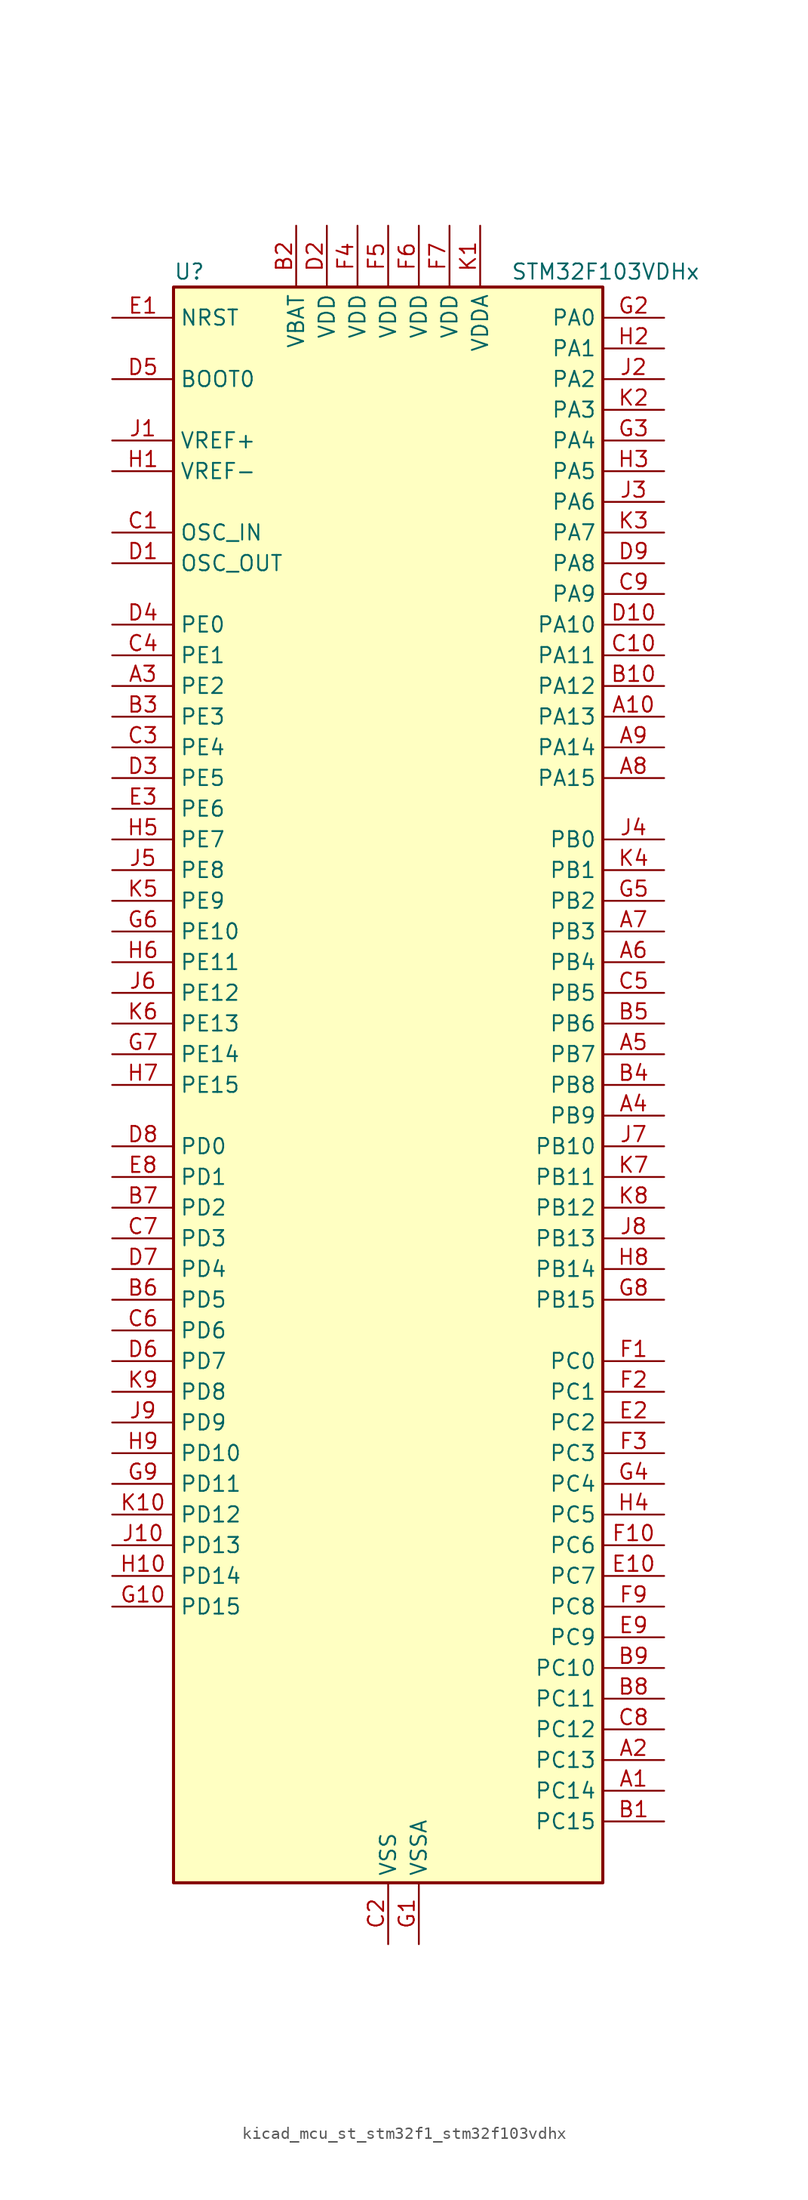
<source format=kicad_sym>
(kicad_symbol_lib
  (version 20220914)
  (generator kicad_symbol_editor)
  (symbol "kicad_mcu_st_stm32f1_stm32f103vdhx"
    (property "Reference" "U"
      (at -17.78 67.31 0)
      (effects (font (size 1.27 1.27)) (justify left)))
    (property "Value" "STM32F103VDHx"
      (at 10.16 67.31 0)
      (effects (font (size 1.27 1.27)) (justify left)))
    (property "ki_locked" ""
      (at 0 0 0)
      (effects (font (size 1.27 1.27))))
    (symbol "kicad_mcu_st_stm32f1_stm32f103vdhx_0_1"
      (rectangle (start -17.78 -66.04) (end 17.78 66.04) (stroke (width 0.254) (type default)) (fill (type background))))
    (symbol "kicad_mcu_st_stm32f1_stm32f103vdhx_1_1"
      (pin bidirectional line (at 22.86 -58.42 180) (length 5.08) (name "PC14" (effects (font (size 1.27 1.27)))) (number "A1" (effects (font (size 1.27 1.27)))) (alternate "RCC_OSC32_IN" bidirectional line))
      (pin bidirectional line (at 22.86 30.48 180) (length 5.08) (name "PA13" (effects (font (size 1.27 1.27)))) (number "A10" (effects (font (size 1.27 1.27)))) (alternate "SYS_JTMS-SWDIO" bidirectional line))
      (pin bidirectional line (at 22.86 -55.88 180) (length 5.08) (name "PC13" (effects (font (size 1.27 1.27)))) (number "A2" (effects (font (size 1.27 1.27)))) (alternate "RTC_OUT" bidirectional line) (alternate "RTC_TAMPER" bidirectional line))
      (pin bidirectional line (at -22.86 33.02 0) (length 5.08) (name "PE2" (effects (font (size 1.27 1.27)))) (number "A3" (effects (font (size 1.27 1.27)))) (alternate "FSMC_A23" bidirectional line) (alternate "SYS_TRACECLK" bidirectional line))
      (pin bidirectional line (at 22.86 -2.54 180) (length 5.08) (name "PB9" (effects (font (size 1.27 1.27)))) (number "A4" (effects (font (size 1.27 1.27)))) (alternate "CAN_TX" bidirectional line) (alternate "DAC_EXTI9" bidirectional line) (alternate "I2C1_SDA" bidirectional line) (alternate "SDIO_D5" bidirectional line) (alternate "TIM4_CH4" bidirectional line))
      (pin bidirectional line (at 22.86 2.54 180) (length 5.08) (name "PB7" (effects (font (size 1.27 1.27)))) (number "A5" (effects (font (size 1.27 1.27)))) (alternate "FSMC_NL" bidirectional line) (alternate "I2C1_SDA" bidirectional line) (alternate "TIM4_CH2" bidirectional line) (alternate "USART1_RX" bidirectional line))
      (pin bidirectional line (at 22.86 10.16 180) (length 5.08) (name "PB4" (effects (font (size 1.27 1.27)))) (number "A6" (effects (font (size 1.27 1.27)))) (alternate "SPI1_MISO" bidirectional line) (alternate "SPI3_MISO" bidirectional line) (alternate "SYS_NJTRST" bidirectional line) (alternate "TIM3_CH1" bidirectional line))
      (pin bidirectional line (at 22.86 12.7 180) (length 5.08) (name "PB3" (effects (font (size 1.27 1.27)))) (number "A7" (effects (font (size 1.27 1.27)))) (alternate "I2S3_CK" bidirectional line) (alternate "SPI1_SCK" bidirectional line) (alternate "SPI3_SCK" bidirectional line) (alternate "SYS_JTDO-TRACESWO" bidirectional line) (alternate "TIM2_CH2" bidirectional line))
      (pin bidirectional line (at 22.86 25.4 180) (length 5.08) (name "PA15" (effects (font (size 1.27 1.27)))) (number "A8" (effects (font (size 1.27 1.27)))) (alternate "ADC1_EXTI15" bidirectional line) (alternate "ADC2_EXTI15" bidirectional line) (alternate "I2S3_WS" bidirectional line) (alternate "SPI1_NSS" bidirectional line) (alternate "SPI3_NSS" bidirectional line) (alternate "SYS_JTDI" bidirectional line) (alternate "TIM2_CH1" bidirectional line) (alternate "TIM2_ETR" bidirectional line))
      (pin bidirectional line (at 22.86 27.94 180) (length 5.08) (name "PA14" (effects (font (size 1.27 1.27)))) (number "A9" (effects (font (size 1.27 1.27)))) (alternate "SYS_JTCK-SWCLK" bidirectional line))
      (pin bidirectional line (at 22.86 -60.96 180) (length 5.08) (name "PC15" (effects (font (size 1.27 1.27)))) (number "B1" (effects (font (size 1.27 1.27)))) (alternate "ADC1_EXTI15" bidirectional line) (alternate "ADC2_EXTI15" bidirectional line) (alternate "RCC_OSC32_OUT" bidirectional line))
      (pin bidirectional line (at 22.86 33.02 180) (length 5.08) (name "PA12" (effects (font (size 1.27 1.27)))) (number "B10" (effects (font (size 1.27 1.27)))) (alternate "CAN_TX" bidirectional line) (alternate "TIM1_ETR" bidirectional line) (alternate "USART1_RTS" bidirectional line) (alternate "USB_DP" bidirectional line))
      (pin power_in line (at -7.62 71.12 270) (length 5.08) (name "VBAT" (effects (font (size 1.27 1.27)))) (number "B2" (effects (font (size 1.27 1.27)))))
      (pin bidirectional line (at -22.86 30.48 0) (length 5.08) (name "PE3" (effects (font (size 1.27 1.27)))) (number "B3" (effects (font (size 1.27 1.27)))) (alternate "FSMC_A19" bidirectional line) (alternate "SYS_TRACED0" bidirectional line))
      (pin bidirectional line (at 22.86 0 180) (length 5.08) (name "PB8" (effects (font (size 1.27 1.27)))) (number "B4" (effects (font (size 1.27 1.27)))) (alternate "CAN_RX" bidirectional line) (alternate "I2C1_SCL" bidirectional line) (alternate "SDIO_D4" bidirectional line) (alternate "TIM4_CH3" bidirectional line))
      (pin bidirectional line (at 22.86 5.08 180) (length 5.08) (name "PB6" (effects (font (size 1.27 1.27)))) (number "B5" (effects (font (size 1.27 1.27)))) (alternate "I2C1_SCL" bidirectional line) (alternate "TIM4_CH1" bidirectional line) (alternate "USART1_TX" bidirectional line))
      (pin bidirectional line (at -22.86 -17.78 0) (length 5.08) (name "PD5" (effects (font (size 1.27 1.27)))) (number "B6" (effects (font (size 1.27 1.27)))) (alternate "FSMC_NWE" bidirectional line) (alternate "USART2_TX" bidirectional line))
      (pin bidirectional line (at -22.86 -10.16 0) (length 5.08) (name "PD2" (effects (font (size 1.27 1.27)))) (number "B7" (effects (font (size 1.27 1.27)))) (alternate "SDIO_CMD" bidirectional line) (alternate "TIM3_ETR" bidirectional line) (alternate "UART5_RX" bidirectional line))
      (pin bidirectional line (at 22.86 -50.8 180) (length 5.08) (name "PC11" (effects (font (size 1.27 1.27)))) (number "B8" (effects (font (size 1.27 1.27)))) (alternate "ADC1_EXTI11" bidirectional line) (alternate "ADC2_EXTI11" bidirectional line) (alternate "SDIO_D3" bidirectional line) (alternate "UART4_RX" bidirectional line) (alternate "USART3_RX" bidirectional line))
      (pin bidirectional line (at 22.86 -48.26 180) (length 5.08) (name "PC10" (effects (font (size 1.27 1.27)))) (number "B9" (effects (font (size 1.27 1.27)))) (alternate "SDIO_D2" bidirectional line) (alternate "UART4_TX" bidirectional line) (alternate "USART3_TX" bidirectional line))
      (pin input line (at -22.86 45.72 0) (length 5.08) (name "OSC_IN" (effects (font (size 1.27 1.27)))) (number "C1" (effects (font (size 1.27 1.27)))) (alternate "RCC_OSC_IN" bidirectional line))
      (pin bidirectional line (at 22.86 35.56 180) (length 5.08) (name "PA11" (effects (font (size 1.27 1.27)))) (number "C10" (effects (font (size 1.27 1.27)))) (alternate "ADC1_EXTI11" bidirectional line) (alternate "ADC2_EXTI11" bidirectional line) (alternate "CAN_RX" bidirectional line) (alternate "TIM1_CH4" bidirectional line) (alternate "USART1_CTS" bidirectional line) (alternate "USB_DM" bidirectional line))
      (pin power_in line (at 0 -71.12 90) (length 5.08) (name "VSS" (effects (font (size 1.27 1.27)))) (number "C2" (effects (font (size 1.27 1.27)))))
      (pin bidirectional line (at -22.86 27.94 0) (length 5.08) (name "PE4" (effects (font (size 1.27 1.27)))) (number "C3" (effects (font (size 1.27 1.27)))) (alternate "FSMC_A20" bidirectional line) (alternate "SYS_TRACED1" bidirectional line))
      (pin bidirectional line (at -22.86 35.56 0) (length 5.08) (name "PE1" (effects (font (size 1.27 1.27)))) (number "C4" (effects (font (size 1.27 1.27)))) (alternate "FSMC_NBL1" bidirectional line))
      (pin bidirectional line (at 22.86 7.62 180) (length 5.08) (name "PB5" (effects (font (size 1.27 1.27)))) (number "C5" (effects (font (size 1.27 1.27)))) (alternate "I2C1_SMBA" bidirectional line) (alternate "I2S3_SD" bidirectional line) (alternate "SPI1_MOSI" bidirectional line) (alternate "SPI3_MOSI" bidirectional line) (alternate "TIM3_CH2" bidirectional line))
      (pin bidirectional line (at -22.86 -20.32 0) (length 5.08) (name "PD6" (effects (font (size 1.27 1.27)))) (number "C6" (effects (font (size 1.27 1.27)))) (alternate "FSMC_NWAIT" bidirectional line) (alternate "USART2_RX" bidirectional line))
      (pin bidirectional line (at -22.86 -12.7 0) (length 5.08) (name "PD3" (effects (font (size 1.27 1.27)))) (number "C7" (effects (font (size 1.27 1.27)))) (alternate "FSMC_CLK" bidirectional line) (alternate "USART2_CTS" bidirectional line))
      (pin bidirectional line (at 22.86 -53.34 180) (length 5.08) (name "PC12" (effects (font (size 1.27 1.27)))) (number "C8" (effects (font (size 1.27 1.27)))) (alternate "SDIO_CK" bidirectional line) (alternate "UART5_TX" bidirectional line) (alternate "USART3_CK" bidirectional line))
      (pin bidirectional line (at 22.86 40.64 180) (length 5.08) (name "PA9" (effects (font (size 1.27 1.27)))) (number "C9" (effects (font (size 1.27 1.27)))) (alternate "DAC_EXTI9" bidirectional line) (alternate "TIM1_CH2" bidirectional line) (alternate "USART1_TX" bidirectional line))
      (pin input line (at -22.86 43.18 0) (length 5.08) (name "OSC_OUT" (effects (font (size 1.27 1.27)))) (number "D1" (effects (font (size 1.27 1.27)))) (alternate "RCC_OSC_OUT" bidirectional line))
      (pin bidirectional line (at 22.86 38.1 180) (length 5.08) (name "PA10" (effects (font (size 1.27 1.27)))) (number "D10" (effects (font (size 1.27 1.27)))) (alternate "TIM1_CH3" bidirectional line) (alternate "USART1_RX" bidirectional line))
      (pin power_in line (at -5.08 71.12 270) (length 5.08) (name "VDD" (effects (font (size 1.27 1.27)))) (number "D2" (effects (font (size 1.27 1.27)))))
      (pin bidirectional line (at -22.86 25.4 0) (length 5.08) (name "PE5" (effects (font (size 1.27 1.27)))) (number "D3" (effects (font (size 1.27 1.27)))) (alternate "FSMC_A21" bidirectional line) (alternate "SYS_TRACED2" bidirectional line))
      (pin bidirectional line (at -22.86 38.1 0) (length 5.08) (name "PE0" (effects (font (size 1.27 1.27)))) (number "D4" (effects (font (size 1.27 1.27)))) (alternate "FSMC_NBL0" bidirectional line) (alternate "TIM4_ETR" bidirectional line))
      (pin input line (at -22.86 58.42 0) (length 5.08) (name "BOOT0" (effects (font (size 1.27 1.27)))) (number "D5" (effects (font (size 1.27 1.27)))))
      (pin bidirectional line (at -22.86 -22.86 0) (length 5.08) (name "PD7" (effects (font (size 1.27 1.27)))) (number "D6" (effects (font (size 1.27 1.27)))) (alternate "FSMC_NCE2" bidirectional line) (alternate "FSMC_NE1" bidirectional line) (alternate "USART2_CK" bidirectional line))
      (pin bidirectional line (at -22.86 -15.24 0) (length 5.08) (name "PD4" (effects (font (size 1.27 1.27)))) (number "D7" (effects (font (size 1.27 1.27)))) (alternate "FSMC_NOE" bidirectional line) (alternate "USART2_RTS" bidirectional line))
      (pin bidirectional line (at -22.86 -5.08 0) (length 5.08) (name "PD0" (effects (font (size 1.27 1.27)))) (number "D8" (effects (font (size 1.27 1.27)))) (alternate "CAN_RX" bidirectional line) (alternate "FSMC_D2" bidirectional line) (alternate "FSMC_DA2" bidirectional line))
      (pin bidirectional line (at 22.86 43.18 180) (length 5.08) (name "PA8" (effects (font (size 1.27 1.27)))) (number "D9" (effects (font (size 1.27 1.27)))) (alternate "RCC_MCO" bidirectional line) (alternate "TIM1_CH1" bidirectional line) (alternate "USART1_CK" bidirectional line))
      (pin input line (at -22.86 63.5 0) (length 5.08) (name "NRST" (effects (font (size 1.27 1.27)))) (number "E1" (effects (font (size 1.27 1.27)))))
      (pin bidirectional line (at 22.86 -40.64 180) (length 5.08) (name "PC7" (effects (font (size 1.27 1.27)))) (number "E10" (effects (font (size 1.27 1.27)))) (alternate "I2S3_MCK" bidirectional line) (alternate "SDIO_D7" bidirectional line) (alternate "TIM3_CH2" bidirectional line) (alternate "TIM8_CH2" bidirectional line))
      (pin bidirectional line (at 22.86 -27.94 180) (length 5.08) (name "PC2" (effects (font (size 1.27 1.27)))) (number "E2" (effects (font (size 1.27 1.27)))) (alternate "ADC1_IN12" bidirectional line) (alternate "ADC2_IN12" bidirectional line) (alternate "ADC3_IN12" bidirectional line))
      (pin bidirectional line (at -22.86 22.86 0) (length 5.08) (name "PE6" (effects (font (size 1.27 1.27)))) (number "E3" (effects (font (size 1.27 1.27)))) (alternate "FSMC_A22" bidirectional line) (alternate "SYS_TRACED3" bidirectional line))
      (pin passive line (at 0 -71.12 90) (length 5.08) hide (name "VSS" (effects (font (size 1.27 1.27)))) (number "E4" (effects (font (size 1.27 1.27)))))
      (pin passive line (at 0 -71.12 90) (length 5.08) hide (name "VSS" (effects (font (size 1.27 1.27)))) (number "E5" (effects (font (size 1.27 1.27)))))
      (pin passive line (at 0 -71.12 90) (length 5.08) hide (name "VSS" (effects (font (size 1.27 1.27)))) (number "E6" (effects (font (size 1.27 1.27)))))
      (pin passive line (at 0 -71.12 90) (length 5.08) hide (name "VSS" (effects (font (size 1.27 1.27)))) (number "E7" (effects (font (size 1.27 1.27)))))
      (pin bidirectional line (at -22.86 -7.62 0) (length 5.08) (name "PD1" (effects (font (size 1.27 1.27)))) (number "E8" (effects (font (size 1.27 1.27)))) (alternate "CAN_TX" bidirectional line) (alternate "FSMC_D3" bidirectional line) (alternate "FSMC_DA3" bidirectional line))
      (pin bidirectional line (at 22.86 -45.72 180) (length 5.08) (name "PC9" (effects (font (size 1.27 1.27)))) (number "E9" (effects (font (size 1.27 1.27)))) (alternate "DAC_EXTI9" bidirectional line) (alternate "SDIO_D1" bidirectional line) (alternate "TIM3_CH4" bidirectional line) (alternate "TIM8_CH4" bidirectional line))
      (pin bidirectional line (at 22.86 -22.86 180) (length 5.08) (name "PC0" (effects (font (size 1.27 1.27)))) (number "F1" (effects (font (size 1.27 1.27)))) (alternate "ADC1_IN10" bidirectional line) (alternate "ADC2_IN10" bidirectional line) (alternate "ADC3_IN10" bidirectional line))
      (pin bidirectional line (at 22.86 -38.1 180) (length 5.08) (name "PC6" (effects (font (size 1.27 1.27)))) (number "F10" (effects (font (size 1.27 1.27)))) (alternate "I2S2_MCK" bidirectional line) (alternate "SDIO_D6" bidirectional line) (alternate "TIM3_CH1" bidirectional line) (alternate "TIM8_CH1" bidirectional line))
      (pin bidirectional line (at 22.86 -25.4 180) (length 5.08) (name "PC1" (effects (font (size 1.27 1.27)))) (number "F2" (effects (font (size 1.27 1.27)))) (alternate "ADC1_IN11" bidirectional line) (alternate "ADC2_IN11" bidirectional line) (alternate "ADC3_IN11" bidirectional line))
      (pin bidirectional line (at 22.86 -30.48 180) (length 5.08) (name "PC3" (effects (font (size 1.27 1.27)))) (number "F3" (effects (font (size 1.27 1.27)))) (alternate "ADC1_IN13" bidirectional line) (alternate "ADC2_IN13" bidirectional line) (alternate "ADC3_IN13" bidirectional line))
      (pin power_in line (at -2.54 71.12 270) (length 5.08) (name "VDD" (effects (font (size 1.27 1.27)))) (number "F4" (effects (font (size 1.27 1.27)))))
      (pin power_in line (at 0 71.12 270) (length 5.08) (name "VDD" (effects (font (size 1.27 1.27)))) (number "F5" (effects (font (size 1.27 1.27)))))
      (pin power_in line (at 2.54 71.12 270) (length 5.08) (name "VDD" (effects (font (size 1.27 1.27)))) (number "F6" (effects (font (size 1.27 1.27)))))
      (pin power_in line (at 5.08 71.12 270) (length 5.08) (name "VDD" (effects (font (size 1.27 1.27)))) (number "F7" (effects (font (size 1.27 1.27)))))
      (pin no_connect line (at -17.78 -66.04 0) (length 5.08) hide (name "NC" (effects (font (size 1.27 1.27)))) (number "F8" (effects (font (size 1.27 1.27)))))
      (pin bidirectional line (at 22.86 -43.18 180) (length 5.08) (name "PC8" (effects (font (size 1.27 1.27)))) (number "F9" (effects (font (size 1.27 1.27)))) (alternate "SDIO_D0" bidirectional line) (alternate "TIM3_CH3" bidirectional line) (alternate "TIM8_CH3" bidirectional line))
      (pin power_in line (at 2.54 -71.12 90) (length 5.08) (name "VSSA" (effects (font (size 1.27 1.27)))) (number "G1" (effects (font (size 1.27 1.27)))))
      (pin bidirectional line (at -22.86 -43.18 0) (length 5.08) (name "PD15" (effects (font (size 1.27 1.27)))) (number "G10" (effects (font (size 1.27 1.27)))) (alternate "ADC1_EXTI15" bidirectional line) (alternate "ADC2_EXTI15" bidirectional line) (alternate "FSMC_D1" bidirectional line) (alternate "FSMC_DA1" bidirectional line) (alternate "TIM4_CH4" bidirectional line))
      (pin bidirectional line (at 22.86 63.5 180) (length 5.08) (name "PA0" (effects (font (size 1.27 1.27)))) (number "G2" (effects (font (size 1.27 1.27)))) (alternate "ADC1_IN0" bidirectional line) (alternate "ADC2_IN0" bidirectional line) (alternate "ADC3_IN0" bidirectional line) (alternate "SYS_WKUP" bidirectional line) (alternate "TIM2_CH1" bidirectional line) (alternate "TIM2_ETR" bidirectional line) (alternate "TIM5_CH1" bidirectional line) (alternate "TIM8_ETR" bidirectional line) (alternate "USART2_CTS" bidirectional line))
      (pin bidirectional line (at 22.86 53.34 180) (length 5.08) (name "PA4" (effects (font (size 1.27 1.27)))) (number "G3" (effects (font (size 1.27 1.27)))) (alternate "ADC1_IN4" bidirectional line) (alternate "ADC2_IN4" bidirectional line) (alternate "DAC_OUT1" bidirectional line) (alternate "SPI1_NSS" bidirectional line) (alternate "USART2_CK" bidirectional line))
      (pin bidirectional line (at 22.86 -33.02 180) (length 5.08) (name "PC4" (effects (font (size 1.27 1.27)))) (number "G4" (effects (font (size 1.27 1.27)))) (alternate "ADC1_IN14" bidirectional line) (alternate "ADC2_IN14" bidirectional line))
      (pin bidirectional line (at 22.86 15.24 180) (length 5.08) (name "PB2" (effects (font (size 1.27 1.27)))) (number "G5" (effects (font (size 1.27 1.27)))))
      (pin bidirectional line (at -22.86 12.7 0) (length 5.08) (name "PE10" (effects (font (size 1.27 1.27)))) (number "G6" (effects (font (size 1.27 1.27)))) (alternate "FSMC_D7" bidirectional line) (alternate "FSMC_DA7" bidirectional line) (alternate "TIM1_CH2N" bidirectional line))
      (pin bidirectional line (at -22.86 2.54 0) (length 5.08) (name "PE14" (effects (font (size 1.27 1.27)))) (number "G7" (effects (font (size 1.27 1.27)))) (alternate "FSMC_D11" bidirectional line) (alternate "FSMC_DA11" bidirectional line) (alternate "TIM1_CH4" bidirectional line))
      (pin bidirectional line (at 22.86 -17.78 180) (length 5.08) (name "PB15" (effects (font (size 1.27 1.27)))) (number "G8" (effects (font (size 1.27 1.27)))) (alternate "ADC1_EXTI15" bidirectional line) (alternate "ADC2_EXTI15" bidirectional line) (alternate "I2S2_SD" bidirectional line) (alternate "SPI2_MOSI" bidirectional line) (alternate "TIM1_CH3N" bidirectional line))
      (pin bidirectional line (at -22.86 -33.02 0) (length 5.08) (name "PD11" (effects (font (size 1.27 1.27)))) (number "G9" (effects (font (size 1.27 1.27)))) (alternate "ADC1_EXTI11" bidirectional line) (alternate "ADC2_EXTI11" bidirectional line) (alternate "FSMC_A16" bidirectional line) (alternate "FSMC_CLE" bidirectional line) (alternate "USART3_CTS" bidirectional line))
      (pin input line (at -22.86 50.8 0) (length 5.08) (name "VREF-" (effects (font (size 1.27 1.27)))) (number "H1" (effects (font (size 1.27 1.27)))))
      (pin bidirectional line (at -22.86 -40.64 0) (length 5.08) (name "PD14" (effects (font (size 1.27 1.27)))) (number "H10" (effects (font (size 1.27 1.27)))) (alternate "FSMC_D0" bidirectional line) (alternate "FSMC_DA0" bidirectional line) (alternate "TIM4_CH3" bidirectional line))
      (pin bidirectional line (at 22.86 60.96 180) (length 5.08) (name "PA1" (effects (font (size 1.27 1.27)))) (number "H2" (effects (font (size 1.27 1.27)))) (alternate "ADC1_IN1" bidirectional line) (alternate "ADC2_IN1" bidirectional line) (alternate "ADC3_IN1" bidirectional line) (alternate "TIM2_CH2" bidirectional line) (alternate "TIM5_CH2" bidirectional line) (alternate "USART2_RTS" bidirectional line))
      (pin bidirectional line (at 22.86 50.8 180) (length 5.08) (name "PA5" (effects (font (size 1.27 1.27)))) (number "H3" (effects (font (size 1.27 1.27)))) (alternate "ADC1_IN5" bidirectional line) (alternate "ADC2_IN5" bidirectional line) (alternate "DAC_OUT2" bidirectional line) (alternate "SPI1_SCK" bidirectional line))
      (pin bidirectional line (at 22.86 -35.56 180) (length 5.08) (name "PC5" (effects (font (size 1.27 1.27)))) (number "H4" (effects (font (size 1.27 1.27)))) (alternate "ADC1_IN15" bidirectional line) (alternate "ADC2_IN15" bidirectional line))
      (pin bidirectional line (at -22.86 20.32 0) (length 5.08) (name "PE7" (effects (font (size 1.27 1.27)))) (number "H5" (effects (font (size 1.27 1.27)))) (alternate "FSMC_D4" bidirectional line) (alternate "FSMC_DA4" bidirectional line) (alternate "TIM1_ETR" bidirectional line))
      (pin bidirectional line (at -22.86 10.16 0) (length 5.08) (name "PE11" (effects (font (size 1.27 1.27)))) (number "H6" (effects (font (size 1.27 1.27)))) (alternate "ADC1_EXTI11" bidirectional line) (alternate "ADC2_EXTI11" bidirectional line) (alternate "FSMC_D8" bidirectional line) (alternate "FSMC_DA8" bidirectional line) (alternate "TIM1_CH2" bidirectional line))
      (pin bidirectional line (at -22.86 0 0) (length 5.08) (name "PE15" (effects (font (size 1.27 1.27)))) (number "H7" (effects (font (size 1.27 1.27)))) (alternate "ADC1_EXTI15" bidirectional line) (alternate "ADC2_EXTI15" bidirectional line) (alternate "FSMC_D12" bidirectional line) (alternate "FSMC_DA12" bidirectional line) (alternate "TIM1_BKIN" bidirectional line))
      (pin bidirectional line (at 22.86 -15.24 180) (length 5.08) (name "PB14" (effects (font (size 1.27 1.27)))) (number "H8" (effects (font (size 1.27 1.27)))) (alternate "SPI2_MISO" bidirectional line) (alternate "TIM1_CH2N" bidirectional line) (alternate "USART3_RTS" bidirectional line))
      (pin bidirectional line (at -22.86 -30.48 0) (length 5.08) (name "PD10" (effects (font (size 1.27 1.27)))) (number "H9" (effects (font (size 1.27 1.27)))) (alternate "FSMC_D15" bidirectional line) (alternate "FSMC_DA15" bidirectional line) (alternate "USART3_CK" bidirectional line))
      (pin input line (at -22.86 53.34 0) (length 5.08) (name "VREF+" (effects (font (size 1.27 1.27)))) (number "J1" (effects (font (size 1.27 1.27)))))
      (pin bidirectional line (at -22.86 -38.1 0) (length 5.08) (name "PD13" (effects (font (size 1.27 1.27)))) (number "J10" (effects (font (size 1.27 1.27)))) (alternate "FSMC_A18" bidirectional line) (alternate "TIM4_CH2" bidirectional line))
      (pin bidirectional line (at 22.86 58.42 180) (length 5.08) (name "PA2" (effects (font (size 1.27 1.27)))) (number "J2" (effects (font (size 1.27 1.27)))) (alternate "ADC1_IN2" bidirectional line) (alternate "ADC2_IN2" bidirectional line) (alternate "ADC3_IN2" bidirectional line) (alternate "TIM2_CH3" bidirectional line) (alternate "TIM5_CH3" bidirectional line) (alternate "USART2_TX" bidirectional line))
      (pin bidirectional line (at 22.86 48.26 180) (length 5.08) (name "PA6" (effects (font (size 1.27 1.27)))) (number "J3" (effects (font (size 1.27 1.27)))) (alternate "ADC1_IN6" bidirectional line) (alternate "ADC2_IN6" bidirectional line) (alternate "SPI1_MISO" bidirectional line) (alternate "TIM1_BKIN" bidirectional line) (alternate "TIM3_CH1" bidirectional line) (alternate "TIM8_BKIN" bidirectional line))
      (pin bidirectional line (at 22.86 20.32 180) (length 5.08) (name "PB0" (effects (font (size 1.27 1.27)))) (number "J4" (effects (font (size 1.27 1.27)))) (alternate "ADC1_IN8" bidirectional line) (alternate "ADC2_IN8" bidirectional line) (alternate "TIM1_CH2N" bidirectional line) (alternate "TIM3_CH3" bidirectional line) (alternate "TIM8_CH2N" bidirectional line))
      (pin bidirectional line (at -22.86 17.78 0) (length 5.08) (name "PE8" (effects (font (size 1.27 1.27)))) (number "J5" (effects (font (size 1.27 1.27)))) (alternate "FSMC_D5" bidirectional line) (alternate "FSMC_DA5" bidirectional line) (alternate "TIM1_CH1N" bidirectional line))
      (pin bidirectional line (at -22.86 7.62 0) (length 5.08) (name "PE12" (effects (font (size 1.27 1.27)))) (number "J6" (effects (font (size 1.27 1.27)))) (alternate "FSMC_D9" bidirectional line) (alternate "FSMC_DA9" bidirectional line) (alternate "TIM1_CH3N" bidirectional line))
      (pin bidirectional line (at 22.86 -5.08 180) (length 5.08) (name "PB10" (effects (font (size 1.27 1.27)))) (number "J7" (effects (font (size 1.27 1.27)))) (alternate "I2C2_SCL" bidirectional line) (alternate "TIM2_CH3" bidirectional line) (alternate "USART3_TX" bidirectional line))
      (pin bidirectional line (at 22.86 -12.7 180) (length 5.08) (name "PB13" (effects (font (size 1.27 1.27)))) (number "J8" (effects (font (size 1.27 1.27)))) (alternate "I2S2_CK" bidirectional line) (alternate "SPI2_SCK" bidirectional line) (alternate "TIM1_CH1N" bidirectional line) (alternate "USART3_CTS" bidirectional line))
      (pin bidirectional line (at -22.86 -27.94 0) (length 5.08) (name "PD9" (effects (font (size 1.27 1.27)))) (number "J9" (effects (font (size 1.27 1.27)))) (alternate "DAC_EXTI9" bidirectional line) (alternate "FSMC_D14" bidirectional line) (alternate "FSMC_DA14" bidirectional line) (alternate "USART3_RX" bidirectional line))
      (pin power_in line (at 7.62 71.12 270) (length 5.08) (name "VDDA" (effects (font (size 1.27 1.27)))) (number "K1" (effects (font (size 1.27 1.27)))))
      (pin bidirectional line (at -22.86 -35.56 0) (length 5.08) (name "PD12" (effects (font (size 1.27 1.27)))) (number "K10" (effects (font (size 1.27 1.27)))) (alternate "FSMC_A17" bidirectional line) (alternate "FSMC_ALE" bidirectional line) (alternate "TIM4_CH1" bidirectional line) (alternate "USART3_RTS" bidirectional line))
      (pin bidirectional line (at 22.86 55.88 180) (length 5.08) (name "PA3" (effects (font (size 1.27 1.27)))) (number "K2" (effects (font (size 1.27 1.27)))) (alternate "ADC1_IN3" bidirectional line) (alternate "ADC2_IN3" bidirectional line) (alternate "ADC3_IN3" bidirectional line) (alternate "TIM2_CH4" bidirectional line) (alternate "TIM5_CH4" bidirectional line) (alternate "USART2_RX" bidirectional line))
      (pin bidirectional line (at 22.86 45.72 180) (length 5.08) (name "PA7" (effects (font (size 1.27 1.27)))) (number "K3" (effects (font (size 1.27 1.27)))) (alternate "ADC1_IN7" bidirectional line) (alternate "ADC2_IN7" bidirectional line) (alternate "SPI1_MOSI" bidirectional line) (alternate "TIM1_CH1N" bidirectional line) (alternate "TIM3_CH2" bidirectional line) (alternate "TIM8_CH1N" bidirectional line))
      (pin bidirectional line (at 22.86 17.78 180) (length 5.08) (name "PB1" (effects (font (size 1.27 1.27)))) (number "K4" (effects (font (size 1.27 1.27)))) (alternate "ADC1_IN9" bidirectional line) (alternate "ADC2_IN9" bidirectional line) (alternate "TIM1_CH3N" bidirectional line) (alternate "TIM3_CH4" bidirectional line) (alternate "TIM8_CH3N" bidirectional line))
      (pin bidirectional line (at -22.86 15.24 0) (length 5.08) (name "PE9" (effects (font (size 1.27 1.27)))) (number "K5" (effects (font (size 1.27 1.27)))) (alternate "DAC_EXTI9" bidirectional line) (alternate "FSMC_D6" bidirectional line) (alternate "FSMC_DA6" bidirectional line) (alternate "TIM1_CH1" bidirectional line))
      (pin bidirectional line (at -22.86 5.08 0) (length 5.08) (name "PE13" (effects (font (size 1.27 1.27)))) (number "K6" (effects (font (size 1.27 1.27)))) (alternate "FSMC_D10" bidirectional line) (alternate "FSMC_DA10" bidirectional line) (alternate "TIM1_CH3" bidirectional line))
      (pin bidirectional line (at 22.86 -7.62 180) (length 5.08) (name "PB11" (effects (font (size 1.27 1.27)))) (number "K7" (effects (font (size 1.27 1.27)))) (alternate "ADC1_EXTI11" bidirectional line) (alternate "ADC2_EXTI11" bidirectional line) (alternate "I2C2_SDA" bidirectional line) (alternate "TIM2_CH4" bidirectional line) (alternate "USART3_RX" bidirectional line))
      (pin bidirectional line (at 22.86 -10.16 180) (length 5.08) (name "PB12" (effects (font (size 1.27 1.27)))) (number "K8" (effects (font (size 1.27 1.27)))) (alternate "I2C2_SMBA" bidirectional line) (alternate "I2S2_WS" bidirectional line) (alternate "SPI2_NSS" bidirectional line) (alternate "TIM1_BKIN" bidirectional line) (alternate "USART3_CK" bidirectional line))
      (pin bidirectional line (at -22.86 -25.4 0) (length 5.08) (name "PD8" (effects (font (size 1.27 1.27)))) (number "K9" (effects (font (size 1.27 1.27)))) (alternate "FSMC_D13" bidirectional line) (alternate "FSMC_DA13" bidirectional line) (alternate "USART3_TX" bidirectional line)))))
</source>
